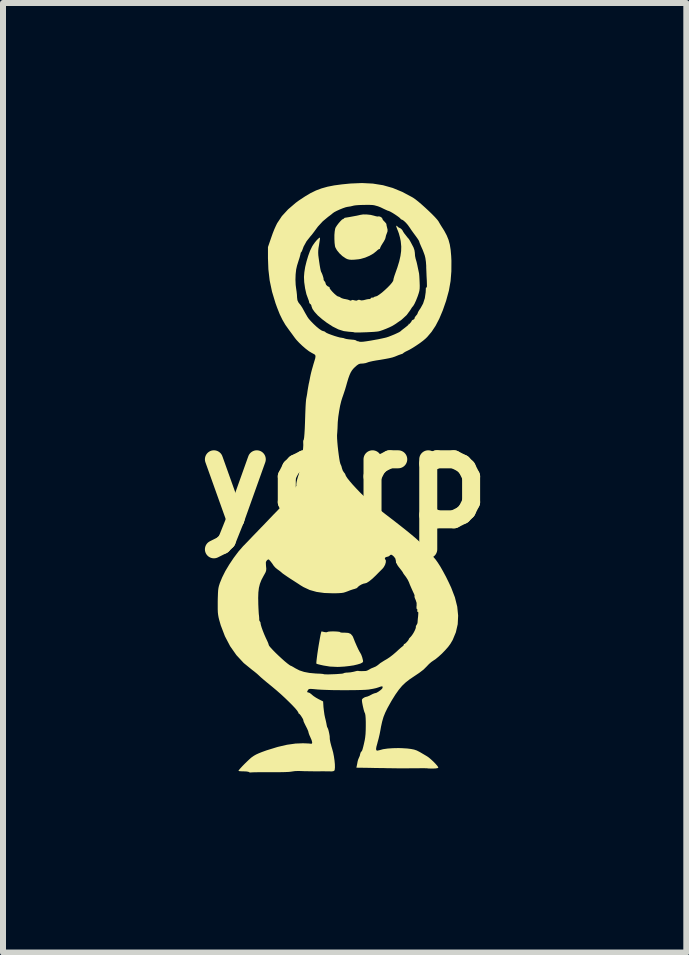
<source format=kicad_pcb>
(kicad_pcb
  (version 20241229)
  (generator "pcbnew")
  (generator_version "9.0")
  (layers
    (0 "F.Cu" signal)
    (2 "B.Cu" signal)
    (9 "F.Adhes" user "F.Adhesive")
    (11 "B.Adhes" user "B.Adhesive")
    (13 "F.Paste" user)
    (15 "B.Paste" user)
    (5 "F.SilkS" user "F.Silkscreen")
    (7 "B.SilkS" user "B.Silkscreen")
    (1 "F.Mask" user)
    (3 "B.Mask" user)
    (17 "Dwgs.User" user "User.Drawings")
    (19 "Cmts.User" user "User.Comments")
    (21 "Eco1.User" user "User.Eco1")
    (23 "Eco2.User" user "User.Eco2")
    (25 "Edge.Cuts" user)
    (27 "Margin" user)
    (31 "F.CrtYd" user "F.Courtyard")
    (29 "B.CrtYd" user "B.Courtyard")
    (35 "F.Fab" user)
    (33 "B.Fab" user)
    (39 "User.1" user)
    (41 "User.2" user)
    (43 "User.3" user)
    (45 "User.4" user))
  (footprint "yorp"
    (layer "F.Cu")
    (at 2.693 4.925)
    (property "Reference" "yorp" (at 0 0 0) (layer "F.SilkS") (effects (font (size 1.5 1.5) (thickness 0.3))))
    (attr board_only exclude_from_pos_files exclude_from_bom)
    (fp_poly (pts (xy 1.069 -2.574) (xy 1.063 -2.568) (xy 1.057 -2.574) (xy 1.063 -2.581)) (stroke (width 0) (type solid)) (fill yes) (layer "F.SilkS"))
    (fp_poly (pts (xy -0.754 -0.249) (xy -0.752 -0.224) (xy -0.754 -0.218) (xy -0.758 -0.217) (xy -0.76 -0.233) (xy -0.758 -0.251)) (stroke (width 0) (type solid)) (fill yes) (layer "F.SilkS"))
    (fp_poly (pts (xy -0.15 2.547) (xy -0.111 2.55) (xy -0.083 2.554) (xy -0.074 2.56) (xy -0.063 2.565) (xy -0.034 2.567) (xy -0.002 2.567) (xy 0.059 2.571) (xy 0.102 2.589) (xy 0.132 2.624) (xy 0.143 2.648) (xy 0.172 2.721) (xy 0.201 2.788) (xy 0.227 2.844) (xy 0.248 2.884) (xy 0.257 2.898) (xy 0.277 2.935) (xy 0.294 2.983) (xy 0.305 3.029) (xy 0.307 3.049) (xy 0.296 3.065) (xy 0.263 3.082) (xy 0.213 3.097) (xy 0.15 3.112) (xy 0.076 3.123) (xy -0.004 3.132) (xy -0.086 3.137) (xy -0.121 3.138) (xy -0.245 3.132) (xy -0.35 3.115) (xy -0.4 3.104) (xy -0.44 3.094) (xy -0.465 3.087) (xy -0.47 3.084) (xy -0.472 3.069) (xy -0.469 3.034) (xy -0.463 2.984) (xy -0.455 2.922) (xy -0.445 2.854) (xy -0.434 2.784) (xy -0.422 2.715) (xy -0.411 2.652) (xy -0.401 2.6) (xy -0.392 2.563) (xy -0.387 2.547) (xy -0.376 2.548) (xy -0.349 2.554) (xy -0.344 2.556) (xy -0.305 2.561) (xy -0.287 2.555) (xy -0.27 2.55) (xy -0.236 2.547) (xy -0.194 2.546)) (stroke (width 0) (type solid)) (fill yes) (layer "F.SilkS"))
    (fp_poly (pts (xy 0.371 -4.401) (xy 0.435 -4.394) (xy 0.484 -4.382) (xy 0.52 -4.372) (xy 0.546 -4.367) (xy 0.553 -4.368) (xy 0.573 -4.37) (xy 0.599 -4.361) (xy 0.62 -4.346) (xy 0.627 -4.335) (xy 0.635 -4.314) (xy 0.648 -4.298) (xy 0.672 -4.274) (xy 0.69 -4.252) (xy 0.697 -4.24) (xy 0.696 -4.239) (xy 0.696 -4.229) (xy 0.702 -4.203) (xy 0.706 -4.187) (xy 0.715 -4.148) (xy 0.714 -4.119) (xy 0.704 -4.091) (xy 0.69 -4.054) (xy 0.682 -4.021) (xy 0.682 -4.018) (xy 0.674 -3.992) (xy 0.655 -3.955) (xy 0.634 -3.922) (xy 0.611 -3.885) (xy 0.595 -3.854) (xy 0.59 -3.838) (xy 0.585 -3.826) (xy 0.58 -3.826) (xy 0.567 -3.822) (xy 0.543 -3.804) (xy 0.53 -3.791) (xy 0.48 -3.751) (xy 0.414 -3.713) (xy 0.341 -3.682) (xy 0.267 -3.661) (xy 0.233 -3.655) (xy 0.164 -3.648) (xy 0.114 -3.646) (xy 0.076 -3.649) (xy 0.045 -3.657) (xy 0.018 -3.67) (xy -0.038 -3.708) (xy -0.089 -3.756) (xy -0.13 -3.807) (xy -0.156 -3.855) (xy -0.161 -3.873) (xy -0.168 -3.929) (xy -0.171 -3.994) (xy -0.171 -4.059) (xy -0.166 -4.118) (xy -0.158 -4.164) (xy -0.15 -4.185) (xy -0.128 -4.219) (xy -0.1 -4.256) (xy -0.071 -4.289) (xy -0.045 -4.315) (xy -0.028 -4.325) (xy -0.026 -4.325) (xy -0.013 -4.332) (xy -0.012 -4.335) (xy -0.002 -4.344) (xy 0.009 -4.347) (xy 0.034 -4.351) (xy 0.077 -4.358) (xy 0.131 -4.368) (xy 0.19 -4.379) (xy 0.197 -4.38) (xy 0.234 -4.388) (xy 0.258 -4.394) (xy 0.309 -4.402)) (stroke (width 0) (type solid)) (fill yes) (layer "F.SilkS"))
    (fp_poly (pts (xy 0.879 -4.203) (xy 0.885 -4.196) (xy 0.904 -4.181) (xy 0.914 -4.178) (xy 0.932 -4.169) (xy 0.953 -4.15) (xy 0.968 -4.129) (xy 0.971 -4.121) (xy 0.978 -4.109) (xy 0.995 -4.084) (xy 1.019 -4.054) (xy 1.042 -4.024) (xy 1.062 -4.001) (xy 1.069 -3.994) (xy 1.079 -3.978) (xy 1.098 -3.945) (xy 1.123 -3.898) (xy 1.147 -3.852) (xy 1.163 -3.806) (xy 1.17 -3.759) (xy 1.17 -3.754) (xy 1.173 -3.71) (xy 1.183 -3.662) (xy 1.186 -3.653) (xy 1.199 -3.608) (xy 1.211 -3.556) (xy 1.215 -3.536) (xy 1.224 -3.493) (xy 1.232 -3.455) (xy 1.235 -3.441) (xy 1.24 -3.416) (xy 1.244 -3.373) (xy 1.247 -3.319) (xy 1.249 -3.275) (xy 1.251 -3.213) (xy 1.25 -3.167) (xy 1.245 -3.13) (xy 1.235 -3.092) (xy 1.22 -3.047) (xy 1.217 -3.038) (xy 1.189 -2.967) (xy 1.163 -2.911) (xy 1.14 -2.873) (xy 1.13 -2.863) (xy 1.12 -2.85) (xy 1.103 -2.823) (xy 1.094 -2.808) (xy 1.033 -2.725) (xy 0.947 -2.646) (xy 0.837 -2.57) (xy 0.792 -2.543) (xy 0.747 -2.521) (xy 0.691 -2.497) (xy 0.634 -2.475) (xy 0.583 -2.458) (xy 0.557 -2.452) (xy 0.529 -2.449) (xy 0.485 -2.445) (xy 0.43 -2.442) (xy 0.37 -2.439) (xy 0.309 -2.437) (xy 0.252 -2.435) (xy 0.205 -2.435) (xy 0.172 -2.435) (xy 0.159 -2.437) (xy 0.145 -2.441) (xy 0.113 -2.444) (xy 0.071 -2.447) (xy -0.015 -2.458) (xy -0.104 -2.486) (xy -0.198 -2.533) (xy -0.296 -2.596) (xy -0.378 -2.658) (xy -0.447 -2.718) (xy -0.5 -2.776) (xy -0.536 -2.827) (xy -0.552 -2.87) (xy -0.553 -2.88) (xy -0.563 -2.902) (xy -0.571 -2.908) (xy -0.588 -2.924) (xy -0.59 -2.933) (xy -0.595 -2.957) (xy -0.606 -2.988) (xy -0.607 -2.99) (xy -0.637 -3.072) (xy -0.659 -3.169) (xy -0.674 -3.273) (xy -0.678 -3.361) (xy -0.672 -3.437) (xy -0.658 -3.526) (xy -0.635 -3.62) (xy -0.607 -3.713) (xy -0.576 -3.798) (xy -0.542 -3.868) (xy -0.526 -3.894) (xy -0.496 -3.936) (xy -0.465 -3.973) (xy -0.437 -4.001) (xy -0.418 -4.015) (xy -0.411 -4.015) (xy -0.411 -4.002) (xy -0.415 -3.971) (xy -0.422 -3.926) (xy -0.427 -3.893) (xy -0.436 -3.842) (xy -0.44 -3.801) (xy -0.441 -3.763) (xy -0.439 -3.721) (xy -0.432 -3.668) (xy -0.425 -3.617) (xy -0.416 -3.557) (xy -0.407 -3.505) (xy -0.399 -3.467) (xy -0.393 -3.448) (xy -0.393 -3.447) (xy -0.382 -3.426) (xy -0.369 -3.394) (xy -0.358 -3.36) (xy -0.351 -3.331) (xy -0.351 -3.317) (xy -0.347 -3.303) (xy -0.338 -3.293) (xy -0.322 -3.27) (xy -0.319 -3.257) (xy -0.31 -3.231) (xy -0.288 -3.208) (xy -0.263 -3.195) (xy -0.259 -3.195) (xy -0.25 -3.188) (xy -0.252 -3.182) (xy -0.248 -3.168) (xy -0.23 -3.143) (xy -0.203 -3.112) (xy -0.172 -3.081) (xy -0.142 -3.055) (xy -0.118 -3.038) (xy -0.108 -3.035) (xy -0.083 -3.027) (xy -0.07 -3.018) (xy -0.048 -3.006) (xy -0.012 -2.995) (xy 0.007 -2.992) (xy 0.046 -2.984) (xy 0.075 -2.975) (xy 0.083 -2.97) (xy 0.103 -2.965) (xy 0.112 -2.971) (xy 0.134 -2.978) (xy 0.161 -2.971) (xy 0.195 -2.965) (xy 0.215 -2.973) (xy 0.238 -2.981) (xy 0.256 -2.975) (xy 0.282 -2.969) (xy 0.32 -2.974) (xy 0.338 -2.979) (xy 0.375 -2.988) (xy 0.403 -2.992) (xy 0.411 -2.991) (xy 0.428 -2.995) (xy 0.434 -3.004) (xy 0.449 -3.017) (xy 0.459 -3.016) (xy 0.479 -3.017) (xy 0.485 -3.022) (xy 0.503 -3.033) (xy 0.519 -3.035) (xy 0.543 -3.044) (xy 0.578 -3.067) (xy 0.622 -3.1) (xy 0.669 -3.141) (xy 0.715 -3.184) (xy 0.756 -3.226) (xy 0.788 -3.264) (xy 0.807 -3.293) (xy 0.811 -3.306) (xy 0.815 -3.33) (xy 0.826 -3.369) (xy 0.837 -3.401) (xy 0.879 -3.52) (xy 0.91 -3.622) (xy 0.93 -3.711) (xy 0.941 -3.791) (xy 0.943 -3.866) (xy 0.936 -3.942) (xy 0.934 -3.959) (xy 0.921 -4.02) (xy 0.904 -4.083) (xy 0.885 -4.135) (xy 0.883 -4.138) (xy 0.866 -4.182) (xy 0.859 -4.208) (xy 0.864 -4.215)) (stroke (width 0) (type solid)) (fill yes) (layer "F.SilkS"))
    (fp_poly (pts (xy 0.469 -4.916) (xy 0.638 -4.889) (xy 0.801 -4.843) (xy 0.961 -4.777) (xy 1.124 -4.69) (xy 1.144 -4.678) (xy 1.18 -4.653) (xy 1.228 -4.615) (xy 1.283 -4.568) (xy 1.341 -4.516) (xy 1.4 -4.461) (xy 1.455 -4.408) (xy 1.503 -4.359) (xy 1.539 -4.319) (xy 1.561 -4.291) (xy 1.562 -4.289) (xy 1.584 -4.251) (xy 1.605 -4.216) (xy 1.607 -4.213) (xy 1.66 -4.129) (xy 1.701 -4.052) (xy 1.731 -3.978) (xy 1.752 -3.9) (xy 1.766 -3.813) (xy 1.775 -3.711) (xy 1.779 -3.631) (xy 1.778 -3.455) (xy 1.765 -3.291) (xy 1.737 -3.133) (xy 1.693 -2.972) (xy 1.691 -2.964) (xy 1.635 -2.803) (xy 1.577 -2.665) (xy 1.515 -2.546) (xy 1.448 -2.445) (xy 1.375 -2.359) (xy 1.346 -2.331) (xy 1.307 -2.298) (xy 1.254 -2.258) (xy 1.195 -2.218) (xy 1.136 -2.18) (xy 1.083 -2.149) (xy 1.049 -2.132) (xy 1.014 -2.115) (xy 0.987 -2.099) (xy 0.984 -2.096) (xy 0.966 -2.082) (xy 0.958 -2.078) (xy 0.941 -2.073) (xy 0.901 -2.059) (xy 0.84 -2.034) (xy 0.826 -2.029) (xy 0.792 -2.018) (xy 0.741 -2.006) (xy 0.678 -1.994) (xy 0.609 -1.982) (xy 0.592 -1.979) (xy 0.526 -1.969) (xy 0.466 -1.958) (xy 0.418 -1.947) (xy 0.386 -1.938) (xy 0.381 -1.935) (xy 0.346 -1.924) (xy 0.302 -1.917) (xy 0.29 -1.917) (xy 0.258 -1.915) (xy 0.232 -1.906) (xy 0.204 -1.887) (xy 0.172 -1.859) (xy 0.144 -1.831) (xy 0.121 -1.802) (xy 0.101 -1.769) (xy 0.082 -1.727) (xy 0.062 -1.672) (xy 0.04 -1.599) (xy 0.024 -1.542) (xy 0.006 -1.481) (xy -0.014 -1.421) (xy -0.031 -1.371) (xy -0.038 -1.352) (xy -0.057 -1.291) (xy -0.076 -1.213) (xy -0.092 -1.124) (xy -0.106 -1.031) (xy -0.115 -0.94) (xy -0.117 -0.891) (xy -0.119 -0.837) (xy -0.122 -0.791) (xy -0.124 -0.759) (xy -0.125 -0.75) (xy -0.127 -0.719) (xy -0.126 -0.671) (xy -0.122 -0.609) (xy -0.116 -0.54) (xy -0.108 -0.468) (xy -0.099 -0.398) (xy -0.09 -0.335) (xy -0.081 -0.283) (xy -0.072 -0.249) (xy -0.068 -0.239) (xy -0.054 -0.208) (xy -0.045 -0.173) (xy -0.032 -0.135) (xy -0.013 -0.105) (xy 0.005 -0.083) (xy 0.012 -0.067) (xy 0.021 -0.044) (xy 0.045 -0.007) (xy 0.083 0.041) (xy 0.132 0.098) (xy 0.19 0.161) (xy 0.254 0.228) (xy 0.278 0.252) (xy 0.397 0.363) (xy 0.533 0.479) (xy 0.683 0.596) (xy 0.764 0.658) (xy 0.852 0.726) (xy 0.939 0.794) (xy 1.021 0.859) (xy 1.091 0.916) (xy 1.107 0.929) (xy 1.169 0.981) (xy 1.222 1.028) (xy 1.27 1.074) (xy 1.318 1.122) (xy 1.368 1.177) (xy 1.425 1.243) (xy 1.493 1.322) (xy 1.516 1.349) (xy 1.551 1.398) (xy 1.594 1.465) (xy 1.64 1.546) (xy 1.689 1.637) (xy 1.736 1.733) (xy 1.775 1.817) (xy 1.837 1.978) (xy 1.876 2.134) (xy 1.891 2.283) (xy 1.884 2.426) (xy 1.853 2.561) (xy 1.8 2.689) (xy 1.761 2.755) (xy 1.724 2.805) (xy 1.675 2.86) (xy 1.621 2.916) (xy 1.565 2.967) (xy 1.514 3.009) (xy 1.473 3.036) (xy 1.443 3.057) (xy 1.405 3.09) (xy 1.369 3.128) (xy 1.367 3.13) (xy 1.315 3.182) (xy 1.243 3.237) (xy 1.164 3.29) (xy 1.085 3.343) (xy 1.017 3.396) (xy 0.957 3.453) (xy 0.902 3.519) (xy 0.846 3.598) (xy 0.786 3.694) (xy 0.762 3.736) (xy 0.713 3.824) (xy 0.676 3.9) (xy 0.647 3.972) (xy 0.625 4.048) (xy 0.606 4.134) (xy 0.596 4.19) (xy 0.583 4.258) (xy 0.566 4.331) (xy 0.548 4.397) (xy 0.545 4.41) (xy 0.529 4.468) (xy 0.523 4.507) (xy 0.529 4.528) (xy 0.546 4.533) (xy 0.576 4.526) (xy 0.582 4.525) (xy 0.64 4.509) (xy 0.716 4.498) (xy 0.805 4.492) (xy 0.899 4.49) (xy 0.958 4.492) (xy 1.041 4.497) (xy 1.105 4.505) (xy 1.156 4.515) (xy 1.201 4.53) (xy 1.244 4.552) (xy 1.264 4.563) (xy 1.308 4.589) (xy 1.352 4.615) (xy 1.374 4.628) (xy 1.404 4.649) (xy 1.44 4.68) (xy 1.478 4.715) (xy 1.514 4.752) (xy 1.542 4.784) (xy 1.558 4.807) (xy 1.561 4.814) (xy 1.551 4.823) (xy 1.519 4.829) (xy 1.478 4.831) (xy 1.434 4.831) (xy 1.399 4.83) (xy 1.382 4.829) (xy 1.376 4.827) (xy 1.362 4.827) (xy 1.338 4.826) (xy 1.302 4.826) (xy 1.251 4.826) (xy 1.183 4.827) (xy 1.095 4.827) (xy 0.995 4.828) (xy 0.966 4.828) (xy 0.918 4.828) (xy 0.853 4.827) (xy 0.779 4.826) (xy 0.697 4.825) (xy 0.676 4.824) (xy 0.589 4.823) (xy 0.504 4.822) (xy 0.424 4.82) (xy 0.357 4.819) (xy 0.308 4.819) (xy 0.303 4.818) (xy 0.195 4.817) (xy 0.204 4.777) (xy 0.211 4.741) (xy 0.216 4.713) (xy 0.224 4.684) (xy 0.238 4.651) (xy 0.238 4.651) (xy 0.252 4.619) (xy 0.258 4.592) (xy 0.258 4.592) (xy 0.266 4.565) (xy 0.276 4.551) (xy 0.284 4.542) (xy 0.292 4.528) (xy 0.299 4.507) (xy 0.308 4.474) (xy 0.32 4.425) (xy 0.335 4.356) (xy 0.342 4.312) (xy 0.348 4.255) (xy 0.351 4.189) (xy 0.352 4.12) (xy 0.352 4.053) (xy 0.35 3.993) (xy 0.346 3.945) (xy 0.34 3.914) (xy 0.336 3.906) (xy 0.328 3.887) (xy 0.317 3.85) (xy 0.306 3.803) (xy 0.302 3.785) (xy 0.292 3.734) (xy 0.288 3.702) (xy 0.288 3.683) (xy 0.295 3.671) (xy 0.307 3.66) (xy 0.308 3.659) (xy 0.336 3.643) (xy 0.356 3.637) (xy 0.38 3.631) (xy 0.414 3.617) (xy 0.432 3.607) (xy 0.467 3.589) (xy 0.495 3.578) (xy 0.504 3.576) (xy 0.53 3.569) (xy 0.563 3.55) (xy 0.596 3.526) (xy 0.622 3.503) (xy 0.631 3.488) (xy 0.633 3.468) (xy 0.623 3.461) (xy 0.598 3.466) (xy 0.565 3.478) (xy 0.524 3.491) (xy 0.469 3.503) (xy 0.41 3.513) (xy 0.398 3.515) (xy 0.349 3.519) (xy 0.28 3.522) (xy 0.196 3.524) (xy 0.1 3.525) (xy -0.001 3.526) (xy -0.105 3.525) (xy -0.207 3.524) (xy -0.301 3.521) (xy -0.383 3.518) (xy -0.45 3.514) (xy -0.48 3.511) (xy -0.534 3.506) (xy -0.568 3.504) (xy -0.59 3.506) (xy -0.602 3.512) (xy -0.61 3.521) (xy -0.625 3.548) (xy -0.62 3.561) (xy -0.604 3.564) (xy -0.582 3.572) (xy -0.554 3.593) (xy -0.548 3.599) (xy -0.519 3.623) (xy -0.477 3.651) (xy -0.436 3.674) (xy -0.359 3.713) (xy -0.353 3.808) (xy -0.346 3.868) (xy -0.337 3.933) (xy -0.327 3.981) (xy -0.315 4.03) (xy -0.305 4.076) (xy -0.3 4.104) (xy -0.294 4.134) (xy -0.285 4.152) (xy -0.285 4.153) (xy -0.277 4.168) (xy -0.268 4.199) (xy -0.259 4.238) (xy -0.252 4.276) (xy -0.248 4.306) (xy -0.249 4.313) (xy -0.247 4.345) (xy -0.238 4.395) (xy -0.222 4.457) (xy -0.208 4.504) (xy -0.192 4.563) (xy -0.179 4.629) (xy -0.169 4.697) (xy -0.163 4.76) (xy -0.162 4.813) (xy -0.166 4.851) (xy -0.17 4.864) (xy -0.189 4.875) (xy -0.216 4.879) (xy -0.252 4.878) (xy -0.276 4.878) (xy -0.298 4.878) (xy -0.338 4.877) (xy -0.392 4.877) (xy -0.454 4.878) (xy -0.467 4.878) (xy -0.539 4.877) (xy -0.611 4.876) (xy -0.676 4.875) (xy -0.725 4.873) (xy -0.778 4.872) (xy -0.829 4.874) (xy -0.866 4.879) (xy -0.892 4.883) (xy -0.925 4.887) (xy -0.967 4.889) (xy -1.023 4.891) (xy -1.093 4.892) (xy -1.182 4.892) (xy -1.292 4.892) (xy -1.338 4.892) (xy -1.41 4.892) (xy -1.474 4.893) (xy -1.525 4.894) (xy -1.56 4.896) (xy -1.574 4.897) (xy -1.588 4.895) (xy -1.591 4.891) (xy -1.607 4.885) (xy -1.639 4.88) (xy -1.683 4.878) (xy -1.684 4.878) (xy -1.726 4.877) (xy -1.757 4.874) (xy -1.769 4.869) (xy -1.77 4.868) (xy -1.761 4.855) (xy -1.739 4.829) (xy -1.707 4.794) (xy -1.669 4.755) (xy -1.629 4.716) (xy -1.592 4.681) (xy -1.561 4.653) (xy -1.548 4.643) (xy -1.512 4.618) (xy -1.475 4.597) (xy -1.431 4.577) (xy -1.376 4.555) (xy -1.304 4.529) (xy -1.285 4.523) (xy -1.116 4.471) (xy -0.961 4.435) (xy -0.819 4.415) (xy -0.695 4.41) (xy -0.643 4.412) (xy -0.598 4.414) (xy -0.569 4.417) (xy -0.563 4.418) (xy -0.545 4.416) (xy -0.541 4.396) (xy -0.551 4.357) (xy -0.571 4.311) (xy -0.588 4.273) (xy -0.599 4.242) (xy -0.602 4.23) (xy -0.607 4.209) (xy -0.621 4.176) (xy -0.628 4.161) (xy -0.655 4.108) (xy -0.673 4.071) (xy -0.683 4.049) (xy -0.687 4.034) (xy -0.688 4.027) (xy -0.694 4.008) (xy -0.71 3.981) (xy -0.729 3.951) (xy -0.748 3.927) (xy -0.763 3.914) (xy -0.766 3.914) (xy -0.77 3.914) (xy -0.769 3.912) (xy -0.772 3.897) (xy -0.791 3.867) (xy -0.825 3.826) (xy -0.871 3.777) (xy -0.928 3.72) (xy -0.992 3.658) (xy -1.061 3.594) (xy -1.134 3.53) (xy -1.208 3.468) (xy -1.247 3.436) (xy -1.301 3.392) (xy -1.351 3.35) (xy -1.394 3.313) (xy -1.423 3.286) (xy -1.426 3.283) (xy -1.46 3.252) (xy -1.504 3.216) (xy -1.543 3.186) (xy -1.682 3.073) (xy -1.804 2.941) (xy -1.908 2.793) (xy -1.995 2.627) (xy -2.065 2.444) (xy -2.091 2.353) (xy -2.101 2.312) (xy -2.108 2.272) (xy -2.113 2.229) (xy -2.115 2.177) (xy -2.115 2.109) (xy -2.115 2.046) (xy -2.114 1.991) (xy -1.441 1.991) (xy -1.44 2.028) (xy -1.439 2.097) (xy -1.436 2.165) (xy -1.433 2.223) (xy -1.43 2.266) (xy -1.429 2.267) (xy -1.425 2.309) (xy -1.423 2.342) (xy -1.424 2.355) (xy -1.417 2.375) (xy -1.413 2.378) (xy -1.403 2.395) (xy -1.401 2.413) (xy -1.396 2.439) (xy -1.383 2.482) (xy -1.364 2.535) (xy -1.341 2.593) (xy -1.316 2.65) (xy -1.297 2.69) (xy -1.28 2.727) (xy -1.268 2.758) (xy -1.266 2.77) (xy -1.257 2.788) (xy -1.233 2.817) (xy -1.196 2.857) (xy -1.152 2.902) (xy -1.102 2.95) (xy -1.05 2.998) (xy -1.001 3.042) (xy -0.956 3.079) (xy -0.92 3.106) (xy -0.897 3.12) (xy -0.892 3.121) (xy -0.879 3.127) (xy -0.851 3.143) (xy -0.821 3.161) (xy -0.753 3.196) (xy -0.676 3.221) (xy -0.587 3.238) (xy -0.478 3.248) (xy -0.451 3.249) (xy -0.406 3.251) (xy -0.37 3.254) (xy -0.352 3.257) (xy -0.351 3.258) (xy -0.336 3.261) (xy -0.302 3.262) (xy -0.255 3.262) (xy -0.201 3.26) (xy -0.145 3.258) (xy -0.093 3.254) (xy -0.051 3.251) (xy -0.025 3.247) (xy -0.02 3.244) (xy -0.001 3.237) (xy 0.033 3.232) (xy 0.05 3.232) (xy 0.099 3.228) (xy 0.151 3.218) (xy 0.163 3.215) (xy 0.198 3.206) (xy 0.221 3.203) (xy 0.226 3.204) (xy 0.243 3.207) (xy 0.282 3.208) (xy 0.343 3.206) (xy 0.356 3.205) (xy 0.379 3.197) (xy 0.406 3.183) (xy 0.439 3.164) (xy 0.478 3.148) (xy 0.481 3.147) (xy 0.52 3.13) (xy 0.554 3.107) (xy 0.556 3.105) (xy 0.576 3.089) (xy 0.595 3.073) (xy 0.621 3.057) (xy 0.657 3.034) (xy 0.707 3.005) (xy 0.752 2.975) (xy 0.804 2.935) (xy 0.853 2.893) (xy 0.86 2.887) (xy 0.9 2.85) (xy 0.935 2.819) (xy 0.962 2.797) (xy 0.968 2.793) (xy 0.985 2.775) (xy 0.987 2.762) (xy 0.987 2.754) (xy 0.992 2.756) (xy 1.005 2.752) (xy 1.025 2.734) (xy 1.047 2.71) (xy 1.064 2.688) (xy 1.07 2.673) (xy 1.077 2.661) (xy 1.097 2.64) (xy 1.101 2.636) (xy 1.122 2.61) (xy 1.145 2.575) (xy 1.166 2.536) (xy 1.181 2.501) (xy 1.187 2.476) (xy 1.186 2.47) (xy 1.188 2.454) (xy 1.196 2.443) (xy 1.21 2.417) (xy 1.214 2.402) (xy 1.216 2.378) (xy 1.219 2.338) (xy 1.224 2.293) (xy 1.227 2.248) (xy 1.226 2.224) (xy 1.22 2.217) (xy 1.217 2.218) (xy 1.207 2.219) (xy 1.21 2.201) (xy 1.212 2.18) (xy 1.205 2.175) (xy 1.197 2.164) (xy 1.197 2.13) (xy 1.199 2.121) (xy 1.199 2.071) (xy 1.184 2.025) (xy 1.181 2.018) (xy 1.168 1.987) (xy 1.163 1.966) (xy 1.164 1.961) (xy 1.165 1.946) (xy 1.158 1.926) (xy 1.135 1.877) (xy 1.11 1.821) (xy 1.087 1.768) (xy 1.071 1.726) (xy 1.068 1.72) (xy 1.051 1.685) (xy 1.025 1.644) (xy 1.012 1.626) (xy 0.989 1.596) (xy 0.974 1.574) (xy 0.971 1.566) (xy 0.963 1.553) (xy 0.944 1.527) (xy 0.922 1.499) (xy 0.896 1.466) (xy 0.878 1.44) (xy 0.872 1.427) (xy 0.866 1.414) (xy 0.863 1.413) (xy 0.856 1.402) (xy 0.854 1.376) (xy 0.854 1.373) (xy 0.844 1.331) (xy 0.82 1.299) (xy 0.792 1.275) (xy 0.773 1.267) (xy 0.756 1.276) (xy 0.75 1.284) (xy 0.726 1.299) (xy 0.706 1.303) (xy 0.683 1.31) (xy 0.67 1.325) (xy 0.672 1.342) (xy 0.677 1.346) (xy 0.687 1.366) (xy 0.685 1.398) (xy 0.673 1.437) (xy 0.652 1.475) (xy 0.633 1.499) (xy 0.602 1.53) (xy 0.562 1.57) (xy 0.523 1.61) (xy 0.462 1.668) (xy 0.409 1.711) (xy 0.368 1.737) (xy 0.342 1.745) (xy 0.313 1.751) (xy 0.277 1.766) (xy 0.244 1.786) (xy 0.221 1.805) (xy 0.217 1.811) (xy 0.202 1.825) (xy 0.172 1.836) (xy 0.17 1.837) (xy 0.137 1.846) (xy 0.092 1.861) (xy 0.049 1.878) (xy 0.013 1.891) (xy -0.02 1.901) (xy -0.056 1.906) (xy -0.102 1.909) (xy -0.164 1.911) (xy -0.192 1.911) (xy -0.339 1.906) (xy -0.468 1.888) (xy -0.582 1.856) (xy -0.685 1.808) (xy -0.737 1.777) (xy -0.765 1.758) (xy -0.807 1.731) (xy -0.858 1.698) (xy -0.905 1.668) (xy -0.956 1.634) (xy -1.001 1.603) (xy -1.035 1.579) (xy -1.052 1.564) (xy -1.077 1.543) (xy -1.111 1.518) (xy -1.12 1.512) (xy -1.154 1.484) (xy -1.181 1.454) (xy -1.185 1.448) (xy -1.207 1.415) (xy -1.234 1.38) (xy -1.237 1.376) (xy -1.258 1.353) (xy -1.272 1.346) (xy -1.286 1.354) (xy -1.293 1.36) (xy -1.306 1.376) (xy -1.313 1.396) (xy -1.312 1.428) (xy -1.31 1.46) (xy -1.306 1.499) (xy -1.308 1.529) (xy -1.316 1.557) (xy -1.334 1.591) (xy -1.351 1.621) (xy -1.387 1.689) (xy -1.412 1.753) (xy -1.429 1.821) (xy -1.438 1.898) (xy -1.441 1.991) (xy -2.114 1.991) (xy -2.113 1.967) (xy -2.111 1.907) (xy -2.108 1.86) (xy -2.103 1.823) (xy -2.095 1.788) (xy -2.083 1.751) (xy -2.08 1.741) (xy -2.041 1.646) (xy -1.988 1.54) (xy -1.922 1.43) (xy -1.849 1.321) (xy -1.771 1.217) (xy -1.692 1.126) (xy -1.677 1.111) (xy -1.639 1.072) (xy -1.588 1.019) (xy -1.529 0.957) (xy -1.464 0.89) (xy -1.399 0.822) (xy -1.376 0.799) (xy -1.311 0.731) (xy -1.245 0.662) (xy -1.181 0.595) (xy -1.123 0.536) (xy -1.078 0.488) (xy -1.066 0.476) (xy -1.024 0.431) (xy -0.988 0.39) (xy -0.963 0.358) (xy -0.951 0.337) (xy -0.951 0.337) (xy -0.936 0.309) (xy -0.913 0.288) (xy -0.89 0.265) (xy -0.866 0.229) (xy -0.857 0.211) (xy -0.839 0.175) (xy -0.822 0.146) (xy -0.815 0.138) (xy -0.804 0.119) (xy -0.805 0.11) (xy -0.806 0.092) (xy -0.801 0.057) (xy -0.791 0.013) (xy -0.778 -0.033) (xy -0.768 -0.061) (xy -0.76 -0.091) (xy -0.75 -0.138) (xy -0.739 -0.196) (xy -0.731 -0.246) (xy -0.722 -0.31) (xy -0.712 -0.374) (xy -0.703 -0.428) (xy -0.698 -0.456) (xy -0.692 -0.508) (xy -0.689 -0.56) (xy -0.69 -0.582) (xy -0.691 -0.616) (xy -0.689 -0.636) (xy -0.687 -0.639) (xy -0.681 -0.651) (xy -0.675 -0.687) (xy -0.67 -0.746) (xy -0.665 -0.827) (xy -0.661 -0.929) (xy -0.657 -1.052) (xy -0.657 -1.057) (xy -0.654 -1.134) (xy -0.651 -1.206) (xy -0.647 -1.267) (xy -0.643 -1.313) (xy -0.639 -1.339) (xy -0.639 -1.339) (xy -0.631 -1.38) (xy -0.623 -1.427) (xy -0.622 -1.438) (xy -0.616 -1.477) (xy -0.607 -1.53) (xy -0.597 -1.586) (xy -0.595 -1.591) (xy -0.584 -1.645) (xy -0.574 -1.697) (xy -0.566 -1.735) (xy -0.565 -1.739) (xy -0.557 -1.773) (xy -0.544 -1.822) (xy -0.528 -1.877) (xy -0.522 -1.899) (xy -0.503 -1.962) (xy -0.49 -2.006) (xy -0.486 -2.036) (xy -0.489 -2.055) (xy -0.501 -2.069) (xy -0.523 -2.081) (xy -0.549 -2.095) (xy -0.594 -2.122) (xy -0.648 -2.163) (xy -0.705 -2.212) (xy -0.759 -2.264) (xy -0.804 -2.312) (xy -0.828 -2.342) (xy -0.847 -2.368) (xy -0.876 -2.408) (xy -0.91 -2.454) (xy -0.93 -2.481) (xy -0.987 -2.561) (xy -1.036 -2.645) (xy -1.081 -2.737) (xy -1.124 -2.845) (xy -1.152 -2.922) (xy -1.21 -3.114) (xy -1.249 -3.299) (xy -1.251 -3.314) (xy -0.82 -3.314) (xy -0.816 -3.226) (xy -0.809 -3.171) (xy -0.801 -3.116) (xy -0.795 -3.061) (xy -0.793 -3.018) (xy -0.787 -2.972) (xy -0.771 -2.937) (xy -0.758 -2.92) (xy -0.732 -2.887) (xy -0.711 -2.855) (xy -0.708 -2.851) (xy -0.691 -2.82) (xy -0.67 -2.782) (xy -0.667 -2.776) (xy -0.646 -2.739) (xy -0.627 -2.707) (xy -0.625 -2.702) (xy -0.599 -2.664) (xy -0.561 -2.621) (xy -0.517 -2.576) (xy -0.471 -2.533) (xy -0.426 -2.496) (xy -0.388 -2.47) (xy -0.36 -2.458) (xy -0.356 -2.458) (xy -0.33 -2.449) (xy -0.32 -2.44) (xy -0.302 -2.428) (xy -0.266 -2.412) (xy -0.22 -2.395) (xy -0.169 -2.377) (xy -0.119 -2.362) (xy -0.078 -2.351) (xy -0.051 -2.347) (xy -0.017 -2.341) (xy 0.001 -2.334) (xy 0.026 -2.327) (xy 0.066 -2.321) (xy 0.106 -2.317) (xy 0.159 -2.312) (xy 0.191 -2.303) (xy 0.198 -2.297) (xy 0.207 -2.287) (xy 0.209 -2.289) (xy 0.217 -2.292) (xy 0.23 -2.287) (xy 0.247 -2.281) (xy 0.272 -2.279) (xy 0.309 -2.281) (xy 0.361 -2.288) (xy 0.431 -2.299) (xy 0.498 -2.311) (xy 0.56 -2.322) (xy 0.621 -2.335) (xy 0.671 -2.346) (xy 0.695 -2.352) (xy 0.732 -2.364) (xy 0.778 -2.382) (xy 0.827 -2.402) (xy 0.873 -2.423) (xy 0.91 -2.441) (xy 0.931 -2.455) (xy 0.934 -2.457) (xy 0.946 -2.469) (xy 0.973 -2.49) (xy 1.002 -2.512) (xy 1.047 -2.548) (xy 1.084 -2.583) (xy 1.109 -2.612) (xy 1.118 -2.631) (xy 1.128 -2.642) (xy 1.143 -2.648) (xy 1.162 -2.66) (xy 1.164 -2.67) (xy 1.169 -2.688) (xy 1.186 -2.711) (xy 1.188 -2.713) (xy 1.208 -2.737) (xy 1.217 -2.757) (xy 1.217 -2.757) (xy 1.223 -2.775) (xy 1.241 -2.805) (xy 1.266 -2.842) (xy 1.307 -2.917) (xy 1.336 -3.007) (xy 1.35 -3.104) (xy 1.352 -3.144) (xy 1.353 -3.177) (xy 1.358 -3.188) (xy 1.364 -3.183) (xy 1.369 -3.185) (xy 1.371 -3.211) (xy 1.37 -3.26) (xy 1.369 -3.299) (xy 1.365 -3.37) (xy 1.362 -3.447) (xy 1.359 -3.517) (xy 1.359 -3.545) (xy 1.354 -3.613) (xy 1.345 -3.675) (xy 1.335 -3.717) (xy 1.322 -3.754) (xy 1.311 -3.783) (xy 1.299 -3.814) (xy 1.281 -3.854) (xy 1.267 -3.886) (xy 1.252 -3.921) (xy 1.243 -3.947) (xy 1.241 -3.955) (xy 1.234 -3.969) (xy 1.216 -3.997) (xy 1.189 -4.035) (xy 1.178 -4.05) (xy 1.144 -4.096) (xy 1.111 -4.142) (xy 1.086 -4.179) (xy 1.083 -4.184) (xy 1.053 -4.226) (xy 1.02 -4.264) (xy 0.988 -4.294) (xy 0.964 -4.311) (xy 0.956 -4.313) (xy 0.937 -4.323) (xy 0.926 -4.336) (xy 0.91 -4.351) (xy 0.879 -4.374) (xy 0.841 -4.4) (xy 0.8 -4.426) (xy 0.763 -4.447) (xy 0.737 -4.459) (xy 0.73 -4.461) (xy 0.714 -4.466) (xy 0.683 -4.48) (xy 0.651 -4.495) (xy 0.602 -4.519) (xy 0.557 -4.537) (xy 0.503 -4.552) (xy 0.492 -4.555) (xy 0.462 -4.559) (xy 0.415 -4.561) (xy 0.357 -4.561) (xy 0.295 -4.56) (xy 0.236 -4.558) (xy 0.185 -4.554) (xy 0.151 -4.549) (xy 0.144 -4.547) (xy 0.099 -4.536) (xy 0.053 -4.529) (xy 0.052 -4.529) (xy 0.019 -4.522) (xy -0.028 -4.506) (xy -0.08 -4.485) (xy -0.131 -4.462) (xy -0.173 -4.44) (xy -0.197 -4.423) (xy -0.217 -4.406) (xy -0.248 -4.382) (xy -0.275 -4.362) (xy -0.365 -4.287) (xy -0.446 -4.199) (xy -0.485 -4.146) (xy -0.516 -4.104) (xy -0.548 -4.062) (xy -0.566 -4.042) (xy -0.635 -3.955) (xy -0.684 -3.866) (xy -0.695 -3.836) (xy -0.708 -3.801) (xy -0.719 -3.778) (xy -0.724 -3.773) (xy -0.732 -3.763) (xy -0.733 -3.756) (xy -0.737 -3.736) (xy -0.746 -3.702) (xy -0.752 -3.68) (xy -0.768 -3.631) (xy -0.785 -3.576) (xy -0.793 -3.551) (xy -0.808 -3.485) (xy -0.817 -3.403) (xy -0.82 -3.314) (xy -1.251 -3.314) (xy -1.271 -3.487) (xy -1.278 -3.673) (xy -1.278 -3.858) (xy -1.223 -4.018) (xy -1.199 -4.086) (xy -1.173 -4.152) (xy -1.147 -4.21) (xy -1.126 -4.253) (xy -1.125 -4.255) (xy -1.046 -4.374) (xy -0.942 -4.487) (xy -0.816 -4.595) (xy -0.762 -4.635) (xy -0.662 -4.701) (xy -0.57 -4.756) (xy -0.478 -4.801) (xy -0.385 -4.836) (xy -0.285 -4.864) (xy -0.173 -4.886) (xy -0.045 -4.903) (xy 0.096 -4.917) (xy 0.289 -4.925)) (stroke (width 0) (type solid)) (fill yes) (layer "F.SilkS")))
  (gr_rect
    (start -3 -3)
    (end 8.386 12.822)
    (stroke (width 0.1) (type default))
    (fill no)
    (layer "Edge.Cuts")))
</source>
